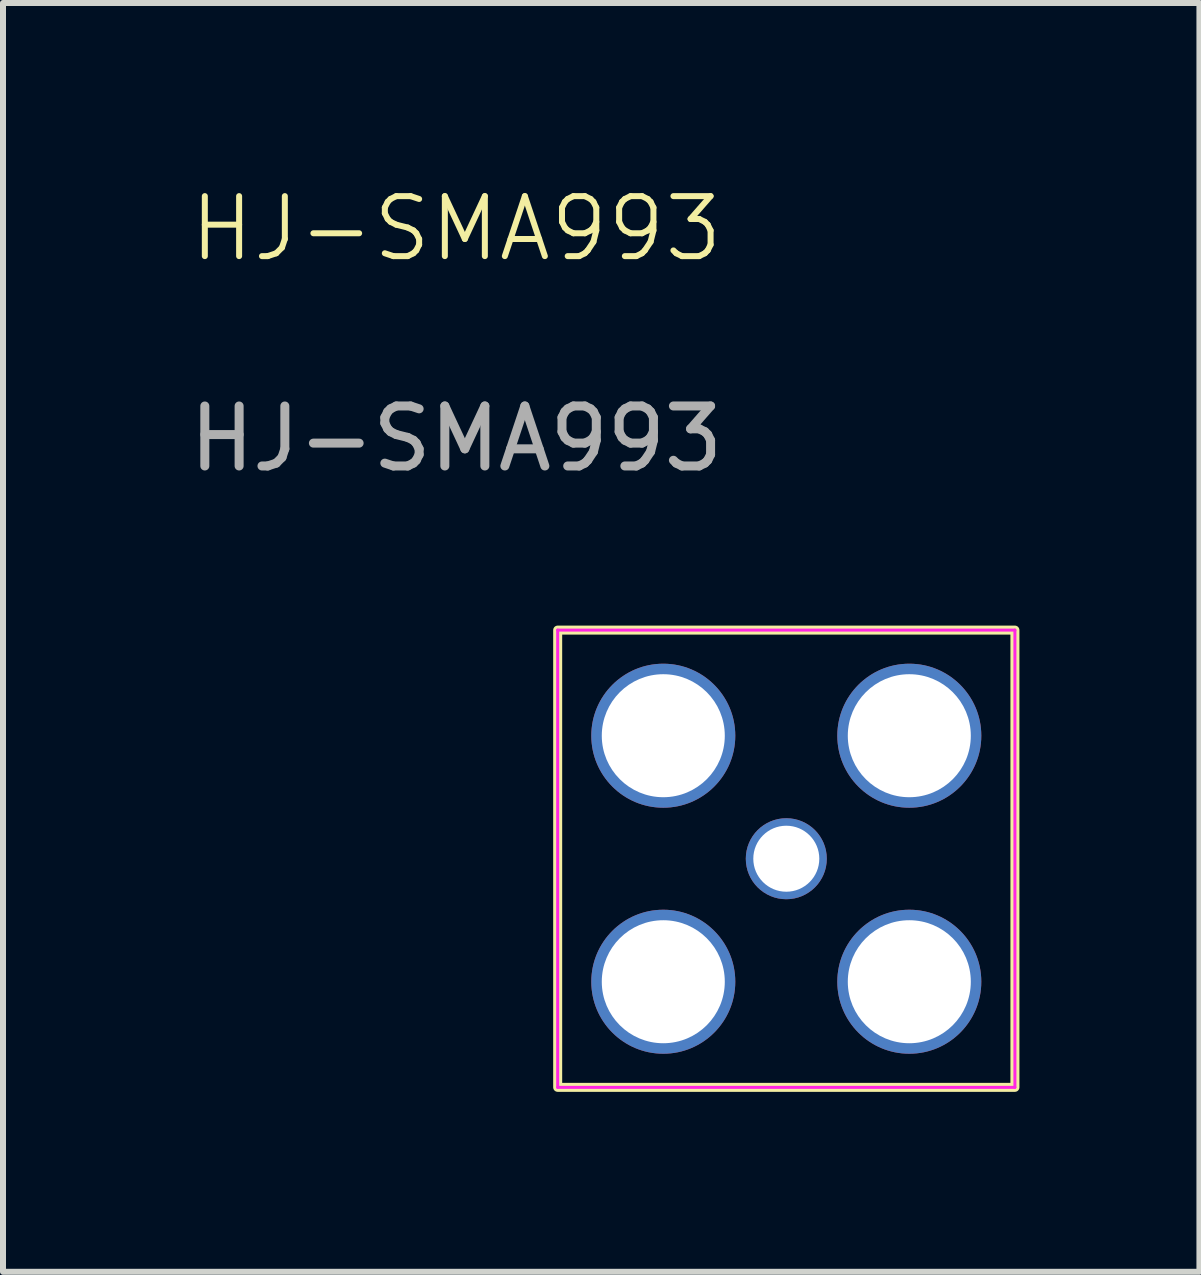
<source format=kicad_pcb>
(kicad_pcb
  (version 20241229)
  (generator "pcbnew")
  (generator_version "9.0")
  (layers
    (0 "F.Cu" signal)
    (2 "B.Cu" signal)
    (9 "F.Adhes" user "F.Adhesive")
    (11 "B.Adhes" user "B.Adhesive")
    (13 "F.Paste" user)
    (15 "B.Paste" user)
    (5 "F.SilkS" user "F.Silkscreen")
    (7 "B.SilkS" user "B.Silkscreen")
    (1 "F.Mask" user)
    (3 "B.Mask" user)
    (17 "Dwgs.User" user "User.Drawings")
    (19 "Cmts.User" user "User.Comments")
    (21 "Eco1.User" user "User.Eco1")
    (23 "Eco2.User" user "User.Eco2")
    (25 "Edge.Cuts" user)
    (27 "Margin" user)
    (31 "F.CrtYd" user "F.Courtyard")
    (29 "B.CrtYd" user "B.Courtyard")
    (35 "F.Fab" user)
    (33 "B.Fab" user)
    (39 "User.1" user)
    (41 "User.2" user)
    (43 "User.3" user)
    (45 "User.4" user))
  (footprint "HJ-SMA993"
    (layer "F.Cu")
    (at 10.054 11.261)
    (property "Reference" "HJ-SMA993" (at -5.5 -10.5 0) (unlocked yes) (layer "F.SilkS") (effects (font (size 1 1) (thickness 0.1))))
    (attr through_hole)
    (fp_rect (start -3.81 -3.81) (end 3.81 3.81) (stroke (width 0.15) (type default)) (fill no) (layer "F.SilkS"))
    (fp_line (start -3.81 -3.81) (end -3.81 3.81) (stroke (width 0.05) (type solid)) (layer "F.CrtYd"))
    (fp_line (start -3.81 -3.81) (end 3.81 -3.81) (stroke (width 0.05) (type solid)) (layer "F.CrtYd"))
    (fp_line (start -3.81 3.81) (end 3.81 3.81) (stroke (width 0.05) (type solid)) (layer "F.CrtYd"))
    (fp_line (start 3.81 3.81) (end 3.81 -3.81) (stroke (width 0.05) (type solid)) (layer "F.CrtYd"))
    (fp_text user "${REFERENCE}" (at -5.5 -7 0) (unlocked yes) (layer "F.Fab") (effects (font (size 1 1) (thickness 0.15))))
    (pad "1" thru_hole circle (at -2.05 -2.05) (size 2.4 2.4) (drill 2.05) (layers "*.Cu" "*.Mask"))
    (pad "2" thru_hole circle (at -2.05 2.05) (size 2.4 2.4) (drill 2.05) (layers "*.Cu" "*.Mask"))
    (pad "3" thru_hole circle (at 0 0) (size 1.35 1.35) (drill 1.1) (layers "*.Cu" "*.Mask"))
    (pad "4" thru_hole circle (at 2.05 -2.05) (size 2.4 2.4) (drill 2.05) (layers "*.Cu" "*.Mask"))
    (pad "5" thru_hole circle (at 2.05 2.05) (size 2.4 2.4) (drill 2.05) (layers "*.Cu" "*.Mask")))
  (gr_rect
    (start -3 -3)
    (end 16.939 18.145)
    (stroke (width 0.1) (type default))
    (fill no)
    (layer "Edge.Cuts")))
</source>
